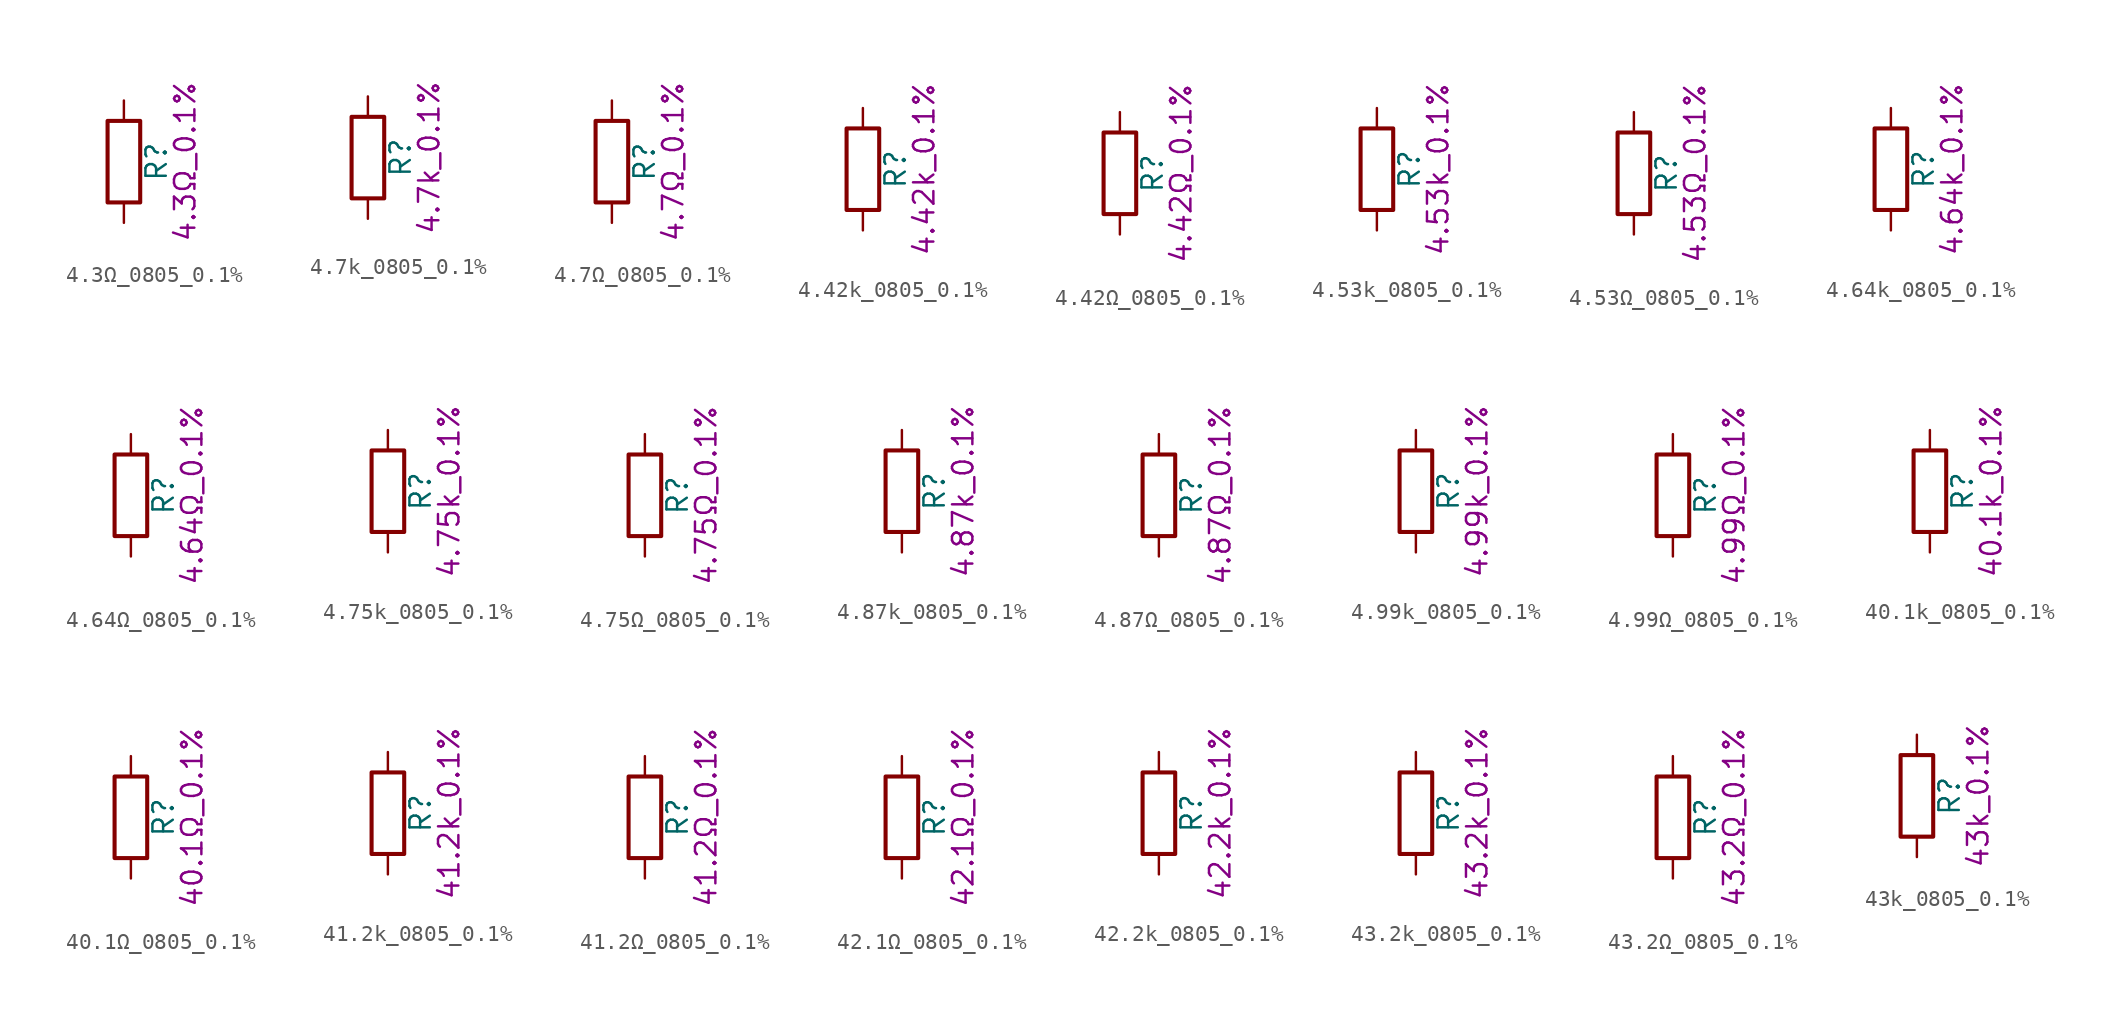
<source format=kicad_sym>
(kicad_symbol_lib
  (version 20211014)
  (generator kicad_symbol_editor)
  (symbol "4.3Ω_0805_0.1%"
    (pin_numbers hide)
    (pin_names
      (offset 0))
    (property "Reference" "R"
      (at 2.032 0 90)
      (effects (font (size 1.27 1.27))))
    (property "Display" "4.3Ω_0.1%"
      (at 3.81 0 90)
      (effects (font (size 1.27 1.27))))
    (symbol "4.3Ω_0805_0.1%_0_1"
      (rectangle (start -1.016 -2.54) (end 1.016 2.54) (stroke (width 0.254) (type default) (color 0 0 0 0)) (fill (type none))))
    (symbol "4.3Ω_0805_0.1%_1_1"
      (pin passive line (at 0 3.81 270) (length 1.27) (name "~" (effects (font (size 1.27 1.27)))) (number "1" (effects (font (size 1.27 1.27)))))
      (pin passive line (at 0 -3.81 90) (length 1.27) (name "~" (effects (font (size 1.27 1.27)))) (number "2" (effects (font (size 1.27 1.27)))))))
  (symbol "4.7k_0805_0.1%"
    (pin_numbers hide)
    (pin_names
      (offset 0))
    (property "Reference" "R"
      (at 2.032 0 90)
      (effects (font (size 1.27 1.27))))
    (property "Display" "4.7k_0.1%"
      (at 3.81 0 90)
      (effects (font (size 1.27 1.27))))
    (symbol "4.7k_0805_0.1%_0_1"
      (rectangle (start -1.016 -2.54) (end 1.016 2.54) (stroke (width 0.254) (type default) (color 0 0 0 0)) (fill (type none))))
    (symbol "4.7k_0805_0.1%_1_1"
      (pin passive line (at 0 3.81 270) (length 1.27) (name "~" (effects (font (size 1.27 1.27)))) (number "1" (effects (font (size 1.27 1.27)))))
      (pin passive line (at 0 -3.81 90) (length 1.27) (name "~" (effects (font (size 1.27 1.27)))) (number "2" (effects (font (size 1.27 1.27)))))))
  (symbol "4.7Ω_0805_0.1%"
    (pin_numbers hide)
    (pin_names
      (offset 0))
    (property "Reference" "R"
      (at 2.032 0 90)
      (effects (font (size 1.27 1.27))))
    (property "Display" "4.7Ω_0.1%"
      (at 3.81 0 90)
      (effects (font (size 1.27 1.27))))
    (symbol "4.7Ω_0805_0.1%_0_1"
      (rectangle (start -1.016 -2.54) (end 1.016 2.54) (stroke (width 0.254) (type default) (color 0 0 0 0)) (fill (type none))))
    (symbol "4.7Ω_0805_0.1%_1_1"
      (pin passive line (at 0 3.81 270) (length 1.27) (name "~" (effects (font (size 1.27 1.27)))) (number "1" (effects (font (size 1.27 1.27)))))
      (pin passive line (at 0 -3.81 90) (length 1.27) (name "~" (effects (font (size 1.27 1.27)))) (number "2" (effects (font (size 1.27 1.27)))))))
  (symbol "4.42k_0805_0.1%"
    (pin_numbers hide)
    (pin_names
      (offset 0))
    (property "Reference" "R"
      (at 2.032 0 90)
      (effects (font (size 1.27 1.27))))
    (property "Display" "4.42k_0.1%"
      (at 3.81 0 90)
      (effects (font (size 1.27 1.27))))
    (symbol "4.42k_0805_0.1%_0_1"
      (rectangle (start -1.016 -2.54) (end 1.016 2.54) (stroke (width 0.254) (type default) (color 0 0 0 0)) (fill (type none))))
    (symbol "4.42k_0805_0.1%_1_1"
      (pin passive line (at 0 3.81 270) (length 1.27) (name "~" (effects (font (size 1.27 1.27)))) (number "1" (effects (font (size 1.27 1.27)))))
      (pin passive line (at 0 -3.81 90) (length 1.27) (name "~" (effects (font (size 1.27 1.27)))) (number "2" (effects (font (size 1.27 1.27)))))))
  (symbol "4.42Ω_0805_0.1%"
    (pin_numbers hide)
    (pin_names
      (offset 0))
    (property "Reference" "R"
      (at 2.032 0 90)
      (effects (font (size 1.27 1.27))))
    (property "Display" "4.42Ω_0.1%"
      (at 3.81 0 90)
      (effects (font (size 1.27 1.27))))
    (symbol "4.42Ω_0805_0.1%_0_1"
      (rectangle (start -1.016 -2.54) (end 1.016 2.54) (stroke (width 0.254) (type default) (color 0 0 0 0)) (fill (type none))))
    (symbol "4.42Ω_0805_0.1%_1_1"
      (pin passive line (at 0 3.81 270) (length 1.27) (name "~" (effects (font (size 1.27 1.27)))) (number "1" (effects (font (size 1.27 1.27)))))
      (pin passive line (at 0 -3.81 90) (length 1.27) (name "~" (effects (font (size 1.27 1.27)))) (number "2" (effects (font (size 1.27 1.27)))))))
  (symbol "4.53k_0805_0.1%"
    (pin_numbers hide)
    (pin_names
      (offset 0))
    (property "Reference" "R"
      (at 2.032 0 90)
      (effects (font (size 1.27 1.27))))
    (property "Display" "4.53k_0.1%"
      (at 3.81 0 90)
      (effects (font (size 1.27 1.27))))
    (symbol "4.53k_0805_0.1%_0_1"
      (rectangle (start -1.016 -2.54) (end 1.016 2.54) (stroke (width 0.254) (type default) (color 0 0 0 0)) (fill (type none))))
    (symbol "4.53k_0805_0.1%_1_1"
      (pin passive line (at 0 3.81 270) (length 1.27) (name "~" (effects (font (size 1.27 1.27)))) (number "1" (effects (font (size 1.27 1.27)))))
      (pin passive line (at 0 -3.81 90) (length 1.27) (name "~" (effects (font (size 1.27 1.27)))) (number "2" (effects (font (size 1.27 1.27)))))))
  (symbol "4.53Ω_0805_0.1%"
    (pin_numbers hide)
    (pin_names
      (offset 0))
    (property "Reference" "R"
      (at 2.032 0 90)
      (effects (font (size 1.27 1.27))))
    (property "Display" "4.53Ω_0.1%"
      (at 3.81 0 90)
      (effects (font (size 1.27 1.27))))
    (symbol "4.53Ω_0805_0.1%_0_1"
      (rectangle (start -1.016 -2.54) (end 1.016 2.54) (stroke (width 0.254) (type default) (color 0 0 0 0)) (fill (type none))))
    (symbol "4.53Ω_0805_0.1%_1_1"
      (pin passive line (at 0 3.81 270) (length 1.27) (name "~" (effects (font (size 1.27 1.27)))) (number "1" (effects (font (size 1.27 1.27)))))
      (pin passive line (at 0 -3.81 90) (length 1.27) (name "~" (effects (font (size 1.27 1.27)))) (number "2" (effects (font (size 1.27 1.27)))))))
  (symbol "4.64k_0805_0.1%"
    (pin_numbers hide)
    (pin_names
      (offset 0))
    (property "Reference" "R"
      (at 2.032 0 90)
      (effects (font (size 1.27 1.27))))
    (property "Display" "4.64k_0.1%"
      (at 3.81 0 90)
      (effects (font (size 1.27 1.27))))
    (symbol "4.64k_0805_0.1%_0_1"
      (rectangle (start -1.016 -2.54) (end 1.016 2.54) (stroke (width 0.254) (type default) (color 0 0 0 0)) (fill (type none))))
    (symbol "4.64k_0805_0.1%_1_1"
      (pin passive line (at 0 3.81 270) (length 1.27) (name "~" (effects (font (size 1.27 1.27)))) (number "1" (effects (font (size 1.27 1.27)))))
      (pin passive line (at 0 -3.81 90) (length 1.27) (name "~" (effects (font (size 1.27 1.27)))) (number "2" (effects (font (size 1.27 1.27)))))))
  (symbol "4.64Ω_0805_0.1%"
    (pin_numbers hide)
    (pin_names
      (offset 0))
    (property "Reference" "R"
      (at 2.032 0 90)
      (effects (font (size 1.27 1.27))))
    (property "Display" "4.64Ω_0.1%"
      (at 3.81 0 90)
      (effects (font (size 1.27 1.27))))
    (symbol "4.64Ω_0805_0.1%_0_1"
      (rectangle (start -1.016 -2.54) (end 1.016 2.54) (stroke (width 0.254) (type default) (color 0 0 0 0)) (fill (type none))))
    (symbol "4.64Ω_0805_0.1%_1_1"
      (pin passive line (at 0 3.81 270) (length 1.27) (name "~" (effects (font (size 1.27 1.27)))) (number "1" (effects (font (size 1.27 1.27)))))
      (pin passive line (at 0 -3.81 90) (length 1.27) (name "~" (effects (font (size 1.27 1.27)))) (number "2" (effects (font (size 1.27 1.27)))))))
  (symbol "4.75k_0805_0.1%"
    (pin_numbers hide)
    (pin_names
      (offset 0))
    (property "Reference" "R"
      (at 2.032 0 90)
      (effects (font (size 1.27 1.27))))
    (property "Display" "4.75k_0.1%"
      (at 3.81 0 90)
      (effects (font (size 1.27 1.27))))
    (symbol "4.75k_0805_0.1%_0_1"
      (rectangle (start -1.016 -2.54) (end 1.016 2.54) (stroke (width 0.254) (type default) (color 0 0 0 0)) (fill (type none))))
    (symbol "4.75k_0805_0.1%_1_1"
      (pin passive line (at 0 3.81 270) (length 1.27) (name "~" (effects (font (size 1.27 1.27)))) (number "1" (effects (font (size 1.27 1.27)))))
      (pin passive line (at 0 -3.81 90) (length 1.27) (name "~" (effects (font (size 1.27 1.27)))) (number "2" (effects (font (size 1.27 1.27)))))))
  (symbol "4.75Ω_0805_0.1%"
    (pin_numbers hide)
    (pin_names
      (offset 0))
    (property "Reference" "R"
      (at 2.032 0 90)
      (effects (font (size 1.27 1.27))))
    (property "Display" "4.75Ω_0.1%"
      (at 3.81 0 90)
      (effects (font (size 1.27 1.27))))
    (symbol "4.75Ω_0805_0.1%_0_1"
      (rectangle (start -1.016 -2.54) (end 1.016 2.54) (stroke (width 0.254) (type default) (color 0 0 0 0)) (fill (type none))))
    (symbol "4.75Ω_0805_0.1%_1_1"
      (pin passive line (at 0 3.81 270) (length 1.27) (name "~" (effects (font (size 1.27 1.27)))) (number "1" (effects (font (size 1.27 1.27)))))
      (pin passive line (at 0 -3.81 90) (length 1.27) (name "~" (effects (font (size 1.27 1.27)))) (number "2" (effects (font (size 1.27 1.27)))))))
  (symbol "4.87k_0805_0.1%"
    (pin_numbers hide)
    (pin_names
      (offset 0))
    (property "Reference" "R"
      (at 2.032 0 90)
      (effects (font (size 1.27 1.27))))
    (property "Display" "4.87k_0.1%"
      (at 3.81 0 90)
      (effects (font (size 1.27 1.27))))
    (symbol "4.87k_0805_0.1%_0_1"
      (rectangle (start -1.016 -2.54) (end 1.016 2.54) (stroke (width 0.254) (type default) (color 0 0 0 0)) (fill (type none))))
    (symbol "4.87k_0805_0.1%_1_1"
      (pin passive line (at 0 3.81 270) (length 1.27) (name "~" (effects (font (size 1.27 1.27)))) (number "1" (effects (font (size 1.27 1.27)))))
      (pin passive line (at 0 -3.81 90) (length 1.27) (name "~" (effects (font (size 1.27 1.27)))) (number "2" (effects (font (size 1.27 1.27)))))))
  (symbol "4.87Ω_0805_0.1%"
    (pin_numbers hide)
    (pin_names
      (offset 0))
    (property "Reference" "R"
      (at 2.032 0 90)
      (effects (font (size 1.27 1.27))))
    (property "Display" "4.87Ω_0.1%"
      (at 3.81 0 90)
      (effects (font (size 1.27 1.27))))
    (symbol "4.87Ω_0805_0.1%_0_1"
      (rectangle (start -1.016 -2.54) (end 1.016 2.54) (stroke (width 0.254) (type default) (color 0 0 0 0)) (fill (type none))))
    (symbol "4.87Ω_0805_0.1%_1_1"
      (pin passive line (at 0 3.81 270) (length 1.27) (name "~" (effects (font (size 1.27 1.27)))) (number "1" (effects (font (size 1.27 1.27)))))
      (pin passive line (at 0 -3.81 90) (length 1.27) (name "~" (effects (font (size 1.27 1.27)))) (number "2" (effects (font (size 1.27 1.27)))))))
  (symbol "4.99k_0805_0.1%"
    (pin_numbers hide)
    (pin_names
      (offset 0))
    (property "Reference" "R"
      (at 2.032 0 90)
      (effects (font (size 1.27 1.27))))
    (property "Display" "4.99k_0.1%"
      (at 3.81 0 90)
      (effects (font (size 1.27 1.27))))
    (symbol "4.99k_0805_0.1%_0_1"
      (rectangle (start -1.016 -2.54) (end 1.016 2.54) (stroke (width 0.254) (type default) (color 0 0 0 0)) (fill (type none))))
    (symbol "4.99k_0805_0.1%_1_1"
      (pin passive line (at 0 3.81 270) (length 1.27) (name "~" (effects (font (size 1.27 1.27)))) (number "1" (effects (font (size 1.27 1.27)))))
      (pin passive line (at 0 -3.81 90) (length 1.27) (name "~" (effects (font (size 1.27 1.27)))) (number "2" (effects (font (size 1.27 1.27)))))))
  (symbol "4.99Ω_0805_0.1%"
    (pin_numbers hide)
    (pin_names
      (offset 0))
    (property "Reference" "R"
      (at 2.032 0 90)
      (effects (font (size 1.27 1.27))))
    (property "Display" "4.99Ω_0.1%"
      (at 3.81 0 90)
      (effects (font (size 1.27 1.27))))
    (symbol "4.99Ω_0805_0.1%_0_1"
      (rectangle (start -1.016 -2.54) (end 1.016 2.54) (stroke (width 0.254) (type default) (color 0 0 0 0)) (fill (type none))))
    (symbol "4.99Ω_0805_0.1%_1_1"
      (pin passive line (at 0 3.81 270) (length 1.27) (name "~" (effects (font (size 1.27 1.27)))) (number "1" (effects (font (size 1.27 1.27)))))
      (pin passive line (at 0 -3.81 90) (length 1.27) (name "~" (effects (font (size 1.27 1.27)))) (number "2" (effects (font (size 1.27 1.27)))))))
  (symbol "40.1k_0805_0.1%"
    (pin_numbers hide)
    (pin_names
      (offset 0))
    (property "Reference" "R"
      (at 2.032 0 90)
      (effects (font (size 1.27 1.27))))
    (property "Display" "40.1k_0.1%"
      (at 3.81 0 90)
      (effects (font (size 1.27 1.27))))
    (symbol "40.1k_0805_0.1%_0_1"
      (rectangle (start -1.016 -2.54) (end 1.016 2.54) (stroke (width 0.254) (type default) (color 0 0 0 0)) (fill (type none))))
    (symbol "40.1k_0805_0.1%_1_1"
      (pin passive line (at 0 3.81 270) (length 1.27) (name "~" (effects (font (size 1.27 1.27)))) (number "1" (effects (font (size 1.27 1.27)))))
      (pin passive line (at 0 -3.81 90) (length 1.27) (name "~" (effects (font (size 1.27 1.27)))) (number "2" (effects (font (size 1.27 1.27)))))))
  (symbol "40.1Ω_0805_0.1%"
    (pin_numbers hide)
    (pin_names
      (offset 0))
    (property "Reference" "R"
      (at 2.032 0 90)
      (effects (font (size 1.27 1.27))))
    (property "Display" "40.1Ω_0.1%"
      (at 3.81 0 90)
      (effects (font (size 1.27 1.27))))
    (symbol "40.1Ω_0805_0.1%_0_1"
      (rectangle (start -1.016 -2.54) (end 1.016 2.54) (stroke (width 0.254) (type default) (color 0 0 0 0)) (fill (type none))))
    (symbol "40.1Ω_0805_0.1%_1_1"
      (pin passive line (at 0 3.81 270) (length 1.27) (name "~" (effects (font (size 1.27 1.27)))) (number "1" (effects (font (size 1.27 1.27)))))
      (pin passive line (at 0 -3.81 90) (length 1.27) (name "~" (effects (font (size 1.27 1.27)))) (number "2" (effects (font (size 1.27 1.27)))))))
  (symbol "41.2k_0805_0.1%"
    (pin_numbers hide)
    (pin_names
      (offset 0))
    (property "Reference" "R"
      (at 2.032 0 90)
      (effects (font (size 1.27 1.27))))
    (property "Display" "41.2k_0.1%"
      (at 3.81 0 90)
      (effects (font (size 1.27 1.27))))
    (symbol "41.2k_0805_0.1%_0_1"
      (rectangle (start -1.016 -2.54) (end 1.016 2.54) (stroke (width 0.254) (type default) (color 0 0 0 0)) (fill (type none))))
    (symbol "41.2k_0805_0.1%_1_1"
      (pin passive line (at 0 3.81 270) (length 1.27) (name "~" (effects (font (size 1.27 1.27)))) (number "1" (effects (font (size 1.27 1.27)))))
      (pin passive line (at 0 -3.81 90) (length 1.27) (name "~" (effects (font (size 1.27 1.27)))) (number "2" (effects (font (size 1.27 1.27)))))))
  (symbol "41.2Ω_0805_0.1%"
    (pin_numbers hide)
    (pin_names
      (offset 0))
    (property "Reference" "R"
      (at 2.032 0 90)
      (effects (font (size 1.27 1.27))))
    (property "Display" "41.2Ω_0.1%"
      (at 3.81 0 90)
      (effects (font (size 1.27 1.27))))
    (symbol "41.2Ω_0805_0.1%_0_1"
      (rectangle (start -1.016 -2.54) (end 1.016 2.54) (stroke (width 0.254) (type default) (color 0 0 0 0)) (fill (type none))))
    (symbol "41.2Ω_0805_0.1%_1_1"
      (pin passive line (at 0 3.81 270) (length 1.27) (name "~" (effects (font (size 1.27 1.27)))) (number "1" (effects (font (size 1.27 1.27)))))
      (pin passive line (at 0 -3.81 90) (length 1.27) (name "~" (effects (font (size 1.27 1.27)))) (number "2" (effects (font (size 1.27 1.27)))))))
  (symbol "42.1Ω_0805_0.1%"
    (pin_numbers hide)
    (pin_names
      (offset 0))
    (property "Reference" "R"
      (at 2.032 0 90)
      (effects (font (size 1.27 1.27))))
    (property "Display" "42.1Ω_0.1%"
      (at 3.81 0 90)
      (effects (font (size 1.27 1.27))))
    (symbol "42.1Ω_0805_0.1%_0_1"
      (rectangle (start -1.016 -2.54) (end 1.016 2.54) (stroke (width 0.254) (type default) (color 0 0 0 0)) (fill (type none))))
    (symbol "42.1Ω_0805_0.1%_1_1"
      (pin passive line (at 0 3.81 270) (length 1.27) (name "~" (effects (font (size 1.27 1.27)))) (number "1" (effects (font (size 1.27 1.27)))))
      (pin passive line (at 0 -3.81 90) (length 1.27) (name "~" (effects (font (size 1.27 1.27)))) (number "2" (effects (font (size 1.27 1.27)))))))
  (symbol "42.2k_0805_0.1%"
    (pin_numbers hide)
    (pin_names
      (offset 0))
    (property "Reference" "R"
      (at 2.032 0 90)
      (effects (font (size 1.27 1.27))))
    (property "Display" "42.2k_0.1%"
      (at 3.81 0 90)
      (effects (font (size 1.27 1.27))))
    (symbol "42.2k_0805_0.1%_0_1"
      (rectangle (start -1.016 -2.54) (end 1.016 2.54) (stroke (width 0.254) (type default) (color 0 0 0 0)) (fill (type none))))
    (symbol "42.2k_0805_0.1%_1_1"
      (pin passive line (at 0 3.81 270) (length 1.27) (name "~" (effects (font (size 1.27 1.27)))) (number "1" (effects (font (size 1.27 1.27)))))
      (pin passive line (at 0 -3.81 90) (length 1.27) (name "~" (effects (font (size 1.27 1.27)))) (number "2" (effects (font (size 1.27 1.27)))))))
  (symbol "43.2k_0805_0.1%"
    (pin_numbers hide)
    (pin_names
      (offset 0))
    (property "Reference" "R"
      (at 2.032 0 90)
      (effects (font (size 1.27 1.27))))
    (property "Display" "43.2k_0.1%"
      (at 3.81 0 90)
      (effects (font (size 1.27 1.27))))
    (symbol "43.2k_0805_0.1%_0_1"
      (rectangle (start -1.016 -2.54) (end 1.016 2.54) (stroke (width 0.254) (type default) (color 0 0 0 0)) (fill (type none))))
    (symbol "43.2k_0805_0.1%_1_1"
      (pin passive line (at 0 3.81 270) (length 1.27) (name "~" (effects (font (size 1.27 1.27)))) (number "1" (effects (font (size 1.27 1.27)))))
      (pin passive line (at 0 -3.81 90) (length 1.27) (name "~" (effects (font (size 1.27 1.27)))) (number "2" (effects (font (size 1.27 1.27)))))))
  (symbol "43.2Ω_0805_0.1%"
    (pin_numbers hide)
    (pin_names
      (offset 0))
    (property "Reference" "R"
      (at 2.032 0 90)
      (effects (font (size 1.27 1.27))))
    (property "Display" "43.2Ω_0.1%"
      (at 3.81 0 90)
      (effects (font (size 1.27 1.27))))
    (symbol "43.2Ω_0805_0.1%_0_1"
      (rectangle (start -1.016 -2.54) (end 1.016 2.54) (stroke (width 0.254) (type default) (color 0 0 0 0)) (fill (type none))))
    (symbol "43.2Ω_0805_0.1%_1_1"
      (pin passive line (at 0 3.81 270) (length 1.27) (name "~" (effects (font (size 1.27 1.27)))) (number "1" (effects (font (size 1.27 1.27)))))
      (pin passive line (at 0 -3.81 90) (length 1.27) (name "~" (effects (font (size 1.27 1.27)))) (number "2" (effects (font (size 1.27 1.27)))))))
  (symbol "43k_0805_0.1%"
    (pin_numbers hide)
    (pin_names
      (offset 0))
    (property "Reference" "R"
      (at 2.032 0 90)
      (effects (font (size 1.27 1.27))))
    (property "Display" "43k_0.1%"
      (at 3.81 0 90)
      (effects (font (size 1.27 1.27))))
    (symbol "43k_0805_0.1%_0_1"
      (rectangle (start -1.016 -2.54) (end 1.016 2.54) (stroke (width 0.254) (type default) (color 0 0 0 0)) (fill (type none))))
    (symbol "43k_0805_0.1%_1_1"
      (pin passive line (at 0 3.81 270) (length 1.27) (name "~" (effects (font (size 1.27 1.27)))) (number "1" (effects (font (size 1.27 1.27)))))
      (pin passive line (at 0 -3.81 90) (length 1.27) (name "~" (effects (font (size 1.27 1.27)))) (number "2" (effects (font (size 1.27 1.27))))))))
</source>
